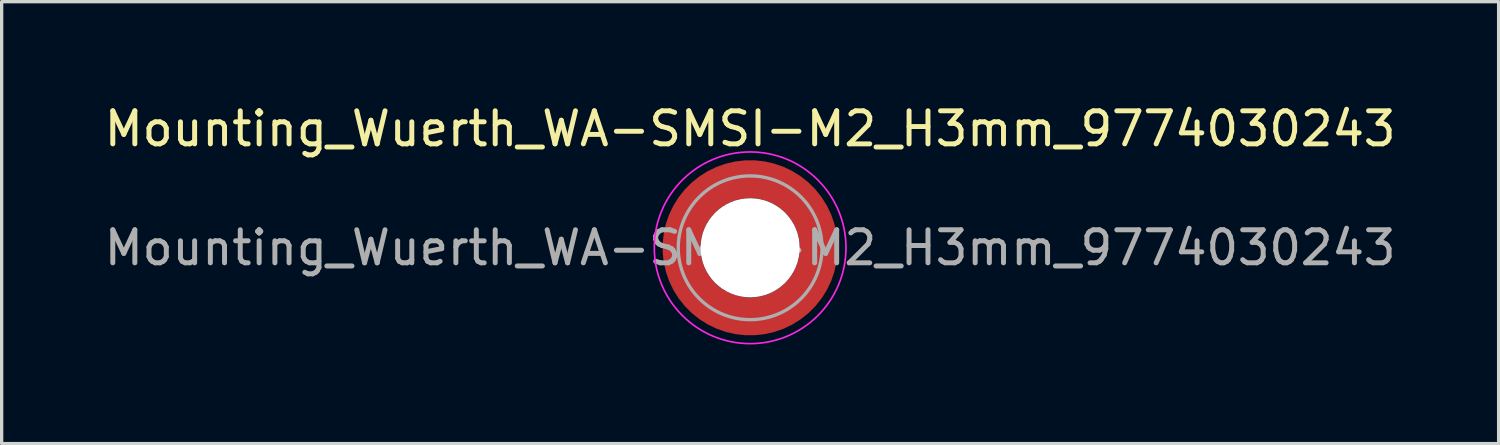
<source format=kicad_pcb>
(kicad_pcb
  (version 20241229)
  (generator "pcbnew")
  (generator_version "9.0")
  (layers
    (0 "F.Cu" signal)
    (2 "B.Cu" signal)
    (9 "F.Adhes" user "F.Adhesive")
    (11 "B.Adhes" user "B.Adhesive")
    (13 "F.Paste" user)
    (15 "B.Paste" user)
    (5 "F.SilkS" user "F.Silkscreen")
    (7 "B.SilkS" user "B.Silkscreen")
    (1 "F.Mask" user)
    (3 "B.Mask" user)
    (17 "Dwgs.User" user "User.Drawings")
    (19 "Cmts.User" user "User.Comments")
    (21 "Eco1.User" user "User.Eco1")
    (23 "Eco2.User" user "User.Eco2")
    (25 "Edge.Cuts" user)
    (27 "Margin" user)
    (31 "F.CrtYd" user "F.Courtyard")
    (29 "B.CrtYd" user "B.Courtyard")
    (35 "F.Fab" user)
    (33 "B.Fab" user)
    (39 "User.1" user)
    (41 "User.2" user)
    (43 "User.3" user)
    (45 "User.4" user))
  (footprint "Mounting_Wuerth_WA-SMSI-M2_H3mm_9774030243"
    (layer "F.Cu")
    (at 19.649 4.448)
    (property "Reference" "Mounting_Wuerth_WA-SMSI-M2_H3mm_9774030243" (at 0 -3.6 0) (layer "F.SilkS") (effects (font (size 1 1) (thickness 0.15))))
    (attr smd)
    (fp_circle (center 0 0) (end 2.9 0) (stroke (width 0.05) (type solid)) (fill no) (layer "F.CrtYd"))
    (fp_circle (center 0 0) (end 2.175 0) (stroke (width 0.1) (type solid)) (fill no) (layer "F.Fab"))
    (fp_text user "${REFERENCE}" (at 0 0 0) (layer "F.Fab") (effects (font (size 1 1) (thickness 0.15))))
    (pad "" smd custom (at -1.453 -1.453) (size 0.61 0.61) (layers "F.Paste") (options (anchor circle)) (primitives (gr_arc (start -0.147677 1.053104) (mid 0.285964 0.286792) (end 1.051968 -0.147393) (width 0.2)) (gr_arc (start -0.240295 1.053104) (mid 0.22253 0.222946) (end 1.052531 -0.24016) (width 0.2)) (gr_arc (start -0.332645 1.053104) (mid 0.158548 0.15965) (end 1.051583 -0.332304) (width 0.2)) (gr_arc (start -0.424767 1.053104) (mid 0.09486 0.096059) (end 1.051446 -0.424413) (width 0.2)) (gr_arc (start -0.516693 1.053104) (mid 0.031293 0.032346) (end 1.051645 -0.516396) (width 0.2)) (gr_arc (start -0.608448 1.053104) (mid -0.032323 -0.031316) (end 1.051707 -0.608176) (width 0.2)) (gr_arc (start -0.700056 1.053104) (mid -0.09616 -0.094758) (end 1.051155 -0.699693) (width 0.2)) (gr_arc (start -0.791534 1.053104) (mid -0.160388 -0.15781) (end 1.049515 -0.790891) (width 0.2)) (gr_arc (start -0.882896 1.053104) (mid -0.223713 -0.221764) (end 1.050388 -0.882429) (width 0.2)) (gr_arc (start -0.974157 1.053104) (mid -0.287654 -0.285101) (end 1.049541 -0.973567) (width 0.2)) (gr_line (start 1.053 -0.148) (end 1.053 -0.974) (width 0.2)) (gr_line (start -0.148 1.053) (end -0.974 1.053) (width 0.2))))
    (pad "" smd custom (at -1.453 1.453) (size 0.61 0.61) (layers "F.Paste") (options (anchor circle)) (primitives (gr_arc (start 1.053104 0.147677) (mid 0.286792 -0.285964) (end -0.147393 -1.051968) (width 0.2)) (gr_arc (start 1.053104 0.240295) (mid 0.222946 -0.22253) (end -0.24016 -1.052531) (width 0.2)) (gr_arc (start 1.053104 0.332645) (mid 0.15965 -0.158548) (end -0.332304 -1.051583) (width 0.2)) (gr_arc (start 1.053104 0.424767) (mid 0.096059 -0.09486) (end -0.424413 -1.051446) (width 0.2)) (gr_arc (start 1.053104 0.516693) (mid 0.032346 -0.031293) (end -0.516396 -1.051645) (width 0.2)) (gr_arc (start 1.053104 0.608448) (mid -0.031316 0.032323) (end -0.608176 -1.051707) (width 0.2)) (gr_arc (start 1.053104 0.700056) (mid -0.094758 0.09616) (end -0.699693 -1.051155) (width 0.2)) (gr_arc (start 1.053104 0.791534) (mid -0.15781 0.160388) (end -0.790891 -1.049515) (width 0.2)) (gr_arc (start 1.053104 0.882896) (mid -0.221764 0.223713) (end -0.882429 -1.050388) (width 0.2)) (gr_arc (start 1.053104 0.974157) (mid -0.285101 0.287654) (end -0.973567 -1.049541) (width 0.2)) (gr_line (start -0.148 -1.053) (end -0.974 -1.053) (width 0.2)) (gr_line (start 1.053 0.148) (end 1.053 0.974) (width 0.2))))
    (pad "" np_thru_hole circle (at 0 0) (size 3 3) (drill 3) (layers "*.Cu" "*.Mask"))
    (pad "" smd custom (at 1.453 -1.453) (size 0.61 0.61) (layers "F.Paste") (options (anchor circle)) (primitives (gr_arc (start -1.053104 -0.147677) (mid -0.286792 0.285964) (end 0.147393 1.051968) (width 0.2)) (gr_arc (start -1.053104 -0.240295) (mid -0.222946 0.22253) (end 0.24016 1.052531) (width 0.2)) (gr_arc (start -1.053104 -0.332645) (mid -0.15965 0.158548) (end 0.332304 1.051583) (width 0.2)) (gr_arc (start -1.053104 -0.424767) (mid -0.096059 0.09486) (end 0.424413 1.051446) (width 0.2)) (gr_arc (start -1.053104 -0.516693) (mid -0.032346 0.031293) (end 0.516396 1.051645) (width 0.2)) (gr_arc (start -1.053104 -0.608448) (mid 0.031316 -0.032323) (end 0.608176 1.051707) (width 0.2)) (gr_arc (start -1.053104 -0.700056) (mid 0.094758 -0.09616) (end 0.699693 1.051155) (width 0.2)) (gr_arc (start -1.053104 -0.791534) (mid 0.15781 -0.160388) (end 0.790891 1.049515) (width 0.2)) (gr_arc (start -1.053104 -0.882896) (mid 0.221764 -0.223713) (end 0.882429 1.050388) (width 0.2)) (gr_arc (start -1.053104 -0.974157) (mid 0.285101 -0.287654) (end 0.973567 1.049541) (width 0.2)) (gr_line (start 0.148 1.053) (end 0.974 1.053) (width 0.2)) (gr_line (start -1.053 -0.148) (end -1.053 -0.974) (width 0.2))))
    (pad "" smd custom (at 1.453 1.453) (size 0.61 0.61) (layers "F.Paste") (options (anchor circle)) (primitives (gr_arc (start 0.147677 -1.053104) (mid -0.285964 -0.286792) (end -1.051968 0.147393) (width 0.2)) (gr_arc (start 0.240295 -1.053104) (mid -0.22253 -0.222946) (end -1.052531 0.24016) (width 0.2)) (gr_arc (start 0.332645 -1.053104) (mid -0.158548 -0.15965) (end -1.051583 0.332304) (width 0.2)) (gr_arc (start 0.424767 -1.053104) (mid -0.09486 -0.096059) (end -1.051446 0.424413) (width 0.2)) (gr_arc (start 0.516693 -1.053104) (mid -0.031293 -0.032346) (end -1.051645 0.516396) (width 0.2)) (gr_arc (start 0.608448 -1.053104) (mid 0.032323 0.031316) (end -1.051707 0.608176) (width 0.2)) (gr_arc (start 0.700056 -1.053104) (mid 0.09616 0.094758) (end -1.051155 0.699693) (width 0.2)) (gr_arc (start 0.791534 -1.053104) (mid 0.160388 0.15781) (end -1.049515 0.790891) (width 0.2)) (gr_arc (start 0.882896 -1.053104) (mid 0.223713 0.221764) (end -1.050388 0.882429) (width 0.2)) (gr_arc (start 0.974157 -1.053104) (mid 0.287654 0.285101) (end -1.049541 0.973567) (width 0.2)) (gr_line (start -1.053 0.148) (end -1.053 0.974) (width 0.2)) (gr_line (start 0.148 -1.053) (end 0.974 -1.053) (width 0.2))))
    (pad "1" smd circle (at -2.075 0) (size 0.75 0.75) (layers "F.Cu"))
    (pad "1" smd circle (at 0 -2.075) (size 0.75 0.75) (layers "F.Cu"))
    (pad "1" smd circle (at 0 2.075) (size 0.75 0.75) (layers "F.Cu"))
    (pad "1" smd custom (at 2.075 0) (size 0.75 0.75) (layers "F.Cu" "F.Mask") (options (anchor circle)) (primitives (gr_circle (center -2.075 0) (end 0 0) (width 1.15) (fill no)))))
  (gr_rect
    (start -3 -3)
    (end 42.298 10.373)
    (stroke (width 0.1) (type default))
    (fill no)
    (layer "Edge.Cuts")))
</source>
